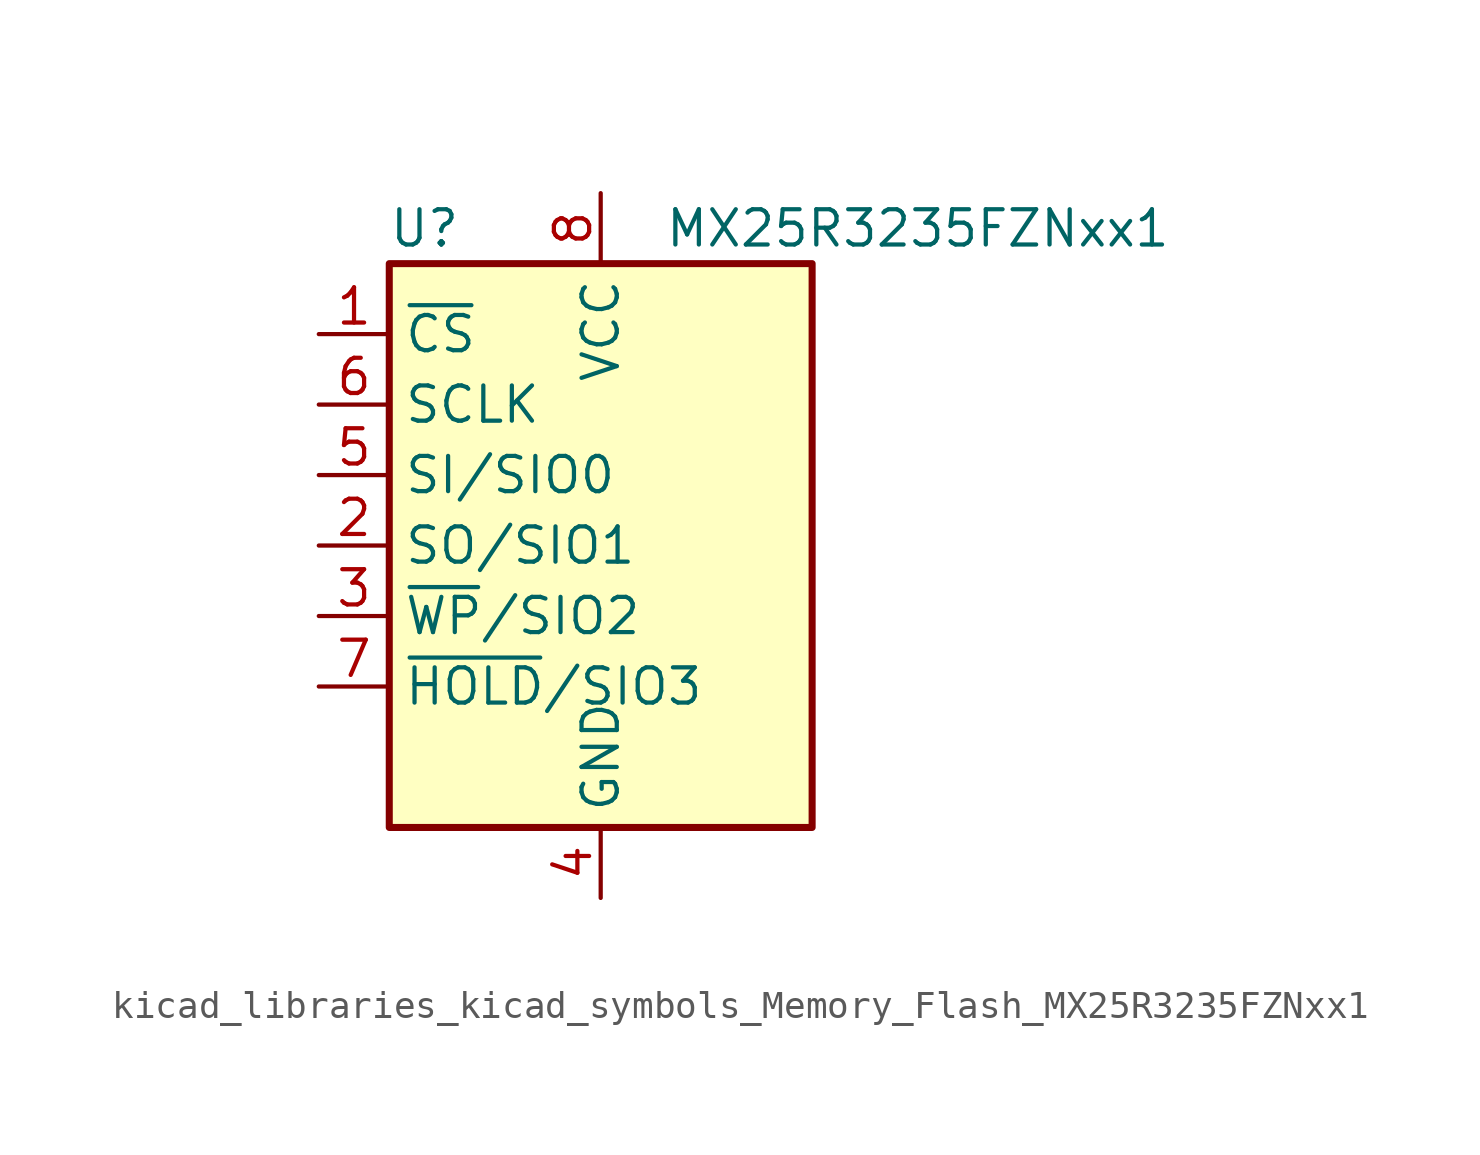
<source format=kicad_sym>
(kicad_symbol_lib
  (version 20220914)
  (generator kicad_symbol_editor)
  (symbol "kicad_libraries_kicad_symbols_Memory_Flash_MX25R3235FZNxx1"
    (property "Reference" "U"
      (at -6.35 11.43 0)
      (effects (font (size 1.27 1.27))))
    (property "Value" "MX25R3235FZNxx1"
      (at 11.43 11.43 0)
      (effects (font (size 1.27 1.27))))
    (symbol "kicad_libraries_kicad_symbols_Memory_Flash_MX25R3235FZNxx1_0_1"
      (rectangle (start -7.62 10.16) (end 7.62 -10.16) (stroke (width 0.254) (type default)) (fill (type background))))
    (symbol "kicad_libraries_kicad_symbols_Memory_Flash_MX25R3235FZNxx1_1_1"
      (pin input line (at -10.16 7.62 0) (length 2.54) (name "~{CS}" (effects (font (size 1.27 1.27)))) (number "1" (effects (font (size 1.27 1.27)))))
      (pin bidirectional line (at -10.16 0 0) (length 2.54) (name "SO/SIO1" (effects (font (size 1.27 1.27)))) (number "2" (effects (font (size 1.27 1.27)))))
      (pin bidirectional line (at -10.16 -2.54 0) (length 2.54) (name "~{WP}/SIO2" (effects (font (size 1.27 1.27)))) (number "3" (effects (font (size 1.27 1.27)))))
      (pin power_in line (at 0 -12.7 90) (length 2.54) (name "GND" (effects (font (size 1.27 1.27)))) (number "4" (effects (font (size 1.27 1.27)))))
      (pin bidirectional line (at -10.16 2.54 0) (length 2.54) (name "SI/SIO0" (effects (font (size 1.27 1.27)))) (number "5" (effects (font (size 1.27 1.27)))))
      (pin input line (at -10.16 5.08 0) (length 2.54) (name "SCLK" (effects (font (size 1.27 1.27)))) (number "6" (effects (font (size 1.27 1.27)))))
      (pin bidirectional line (at -10.16 -5.08 0) (length 2.54) (name "~{HOLD}/SIO3" (effects (font (size 1.27 1.27)))) (number "7" (effects (font (size 1.27 1.27)))))
      (pin power_in line (at 0 12.7 270) (length 2.54) (name "VCC" (effects (font (size 1.27 1.27)))) (number "8" (effects (font (size 1.27 1.27)))))
      (pin passive line (at 0 -12.7 90) (length 2.54) hide (name "GND" (effects (font (size 1.27 1.27)))) (number "9" (effects (font (size 1.27 1.27))))))))
</source>
